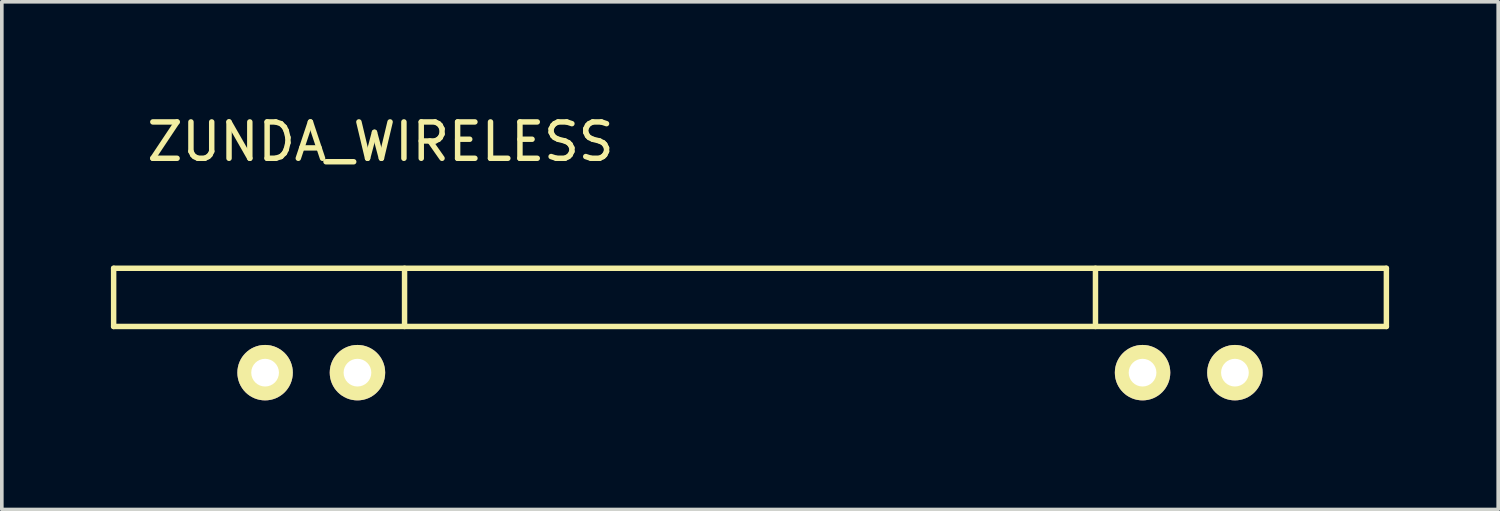
<source format=kicad_pcb>
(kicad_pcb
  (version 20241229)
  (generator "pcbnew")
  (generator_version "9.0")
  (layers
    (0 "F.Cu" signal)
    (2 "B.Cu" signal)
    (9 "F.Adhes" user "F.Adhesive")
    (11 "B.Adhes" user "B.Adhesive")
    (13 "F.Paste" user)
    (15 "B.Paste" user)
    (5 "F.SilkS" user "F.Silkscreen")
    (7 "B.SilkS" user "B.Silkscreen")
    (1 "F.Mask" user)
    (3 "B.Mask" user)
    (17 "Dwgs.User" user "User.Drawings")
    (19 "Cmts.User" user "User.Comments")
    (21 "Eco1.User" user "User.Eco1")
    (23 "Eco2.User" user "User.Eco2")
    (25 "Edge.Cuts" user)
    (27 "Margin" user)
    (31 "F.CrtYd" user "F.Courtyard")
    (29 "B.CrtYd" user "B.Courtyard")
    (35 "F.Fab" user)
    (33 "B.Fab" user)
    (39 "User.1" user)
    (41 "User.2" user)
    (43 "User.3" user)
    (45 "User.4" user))
  (footprint "ZUNDA_WIRELESS"
    (layer "F.Cu")
    (at 17.575 5.928)
    (property "Reference" "ZUNDA_WIRELESS" (at -10.16 -5.08 0) (layer "F.SilkS") (effects (font (size 1 1) (thickness 0.15))))
    (attr through_hole)
    (fp_line (start -17.5 -1.6) (end -17.5 0) (stroke (width 0.15) (type solid)) (layer "F.SilkS"))
    (fp_line (start -17.5 0) (end 17.5 0) (stroke (width 0.15) (type solid)) (layer "F.SilkS"))
    (fp_line (start -9.5 0) (end -9.5 -1.6) (stroke (width 0.15) (type solid)) (layer "F.SilkS"))
    (fp_line (start 9.5 0) (end 9.5 -1.6) (stroke (width 0.15) (type solid)) (layer "F.SilkS"))
    (fp_line (start 17.5 -1.6) (end -17.5 -1.6) (stroke (width 0.15) (type solid)) (layer "F.SilkS"))
    (fp_line (start 17.5 0) (end 17.5 -1.6) (stroke (width 0.15) (type solid)) (layer "F.SilkS"))
    (pad "1" thru_hole circle (at -13.335 1.27) (size 1.524 1.524) (drill 0.762) (layers "*.Cu" "*.Mask" "F.SilkS"))
    (pad "2" thru_hole circle (at -10.795 1.27) (size 1.524 1.524) (drill 0.762) (layers "*.Cu" "*.Mask" "F.SilkS"))
    (pad "3" thru_hole circle (at 10.795 1.27) (size 1.524 1.524) (drill 0.762) (layers "*.Cu" "*.Mask" "F.SilkS"))
    (pad "4" thru_hole circle (at 13.335 1.27) (size 1.524 1.524) (drill 0.762) (layers "*.Cu" "*.Mask" "F.SilkS")))
  (gr_rect
    (start -3 -3)
    (end 38.15 10.96)
    (stroke (width 0.1) (type default))
    (fill no)
    (layer "Edge.Cuts")))
</source>
